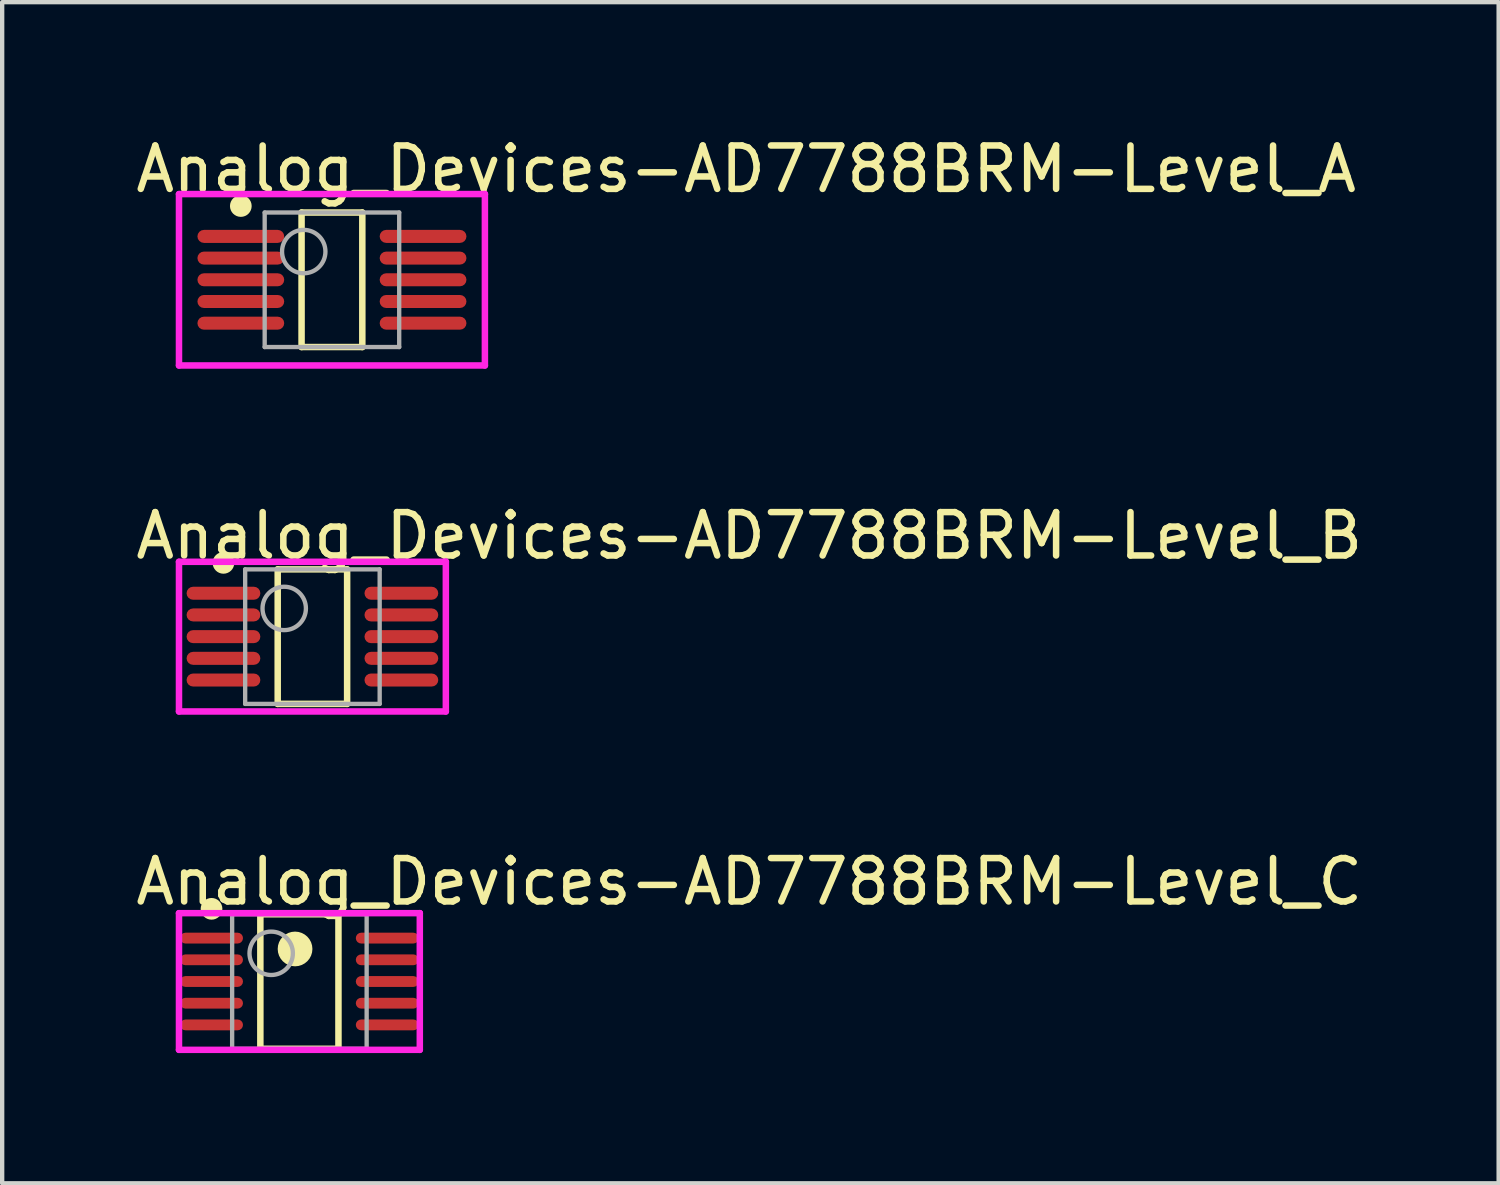
<source format=kicad_pcb>
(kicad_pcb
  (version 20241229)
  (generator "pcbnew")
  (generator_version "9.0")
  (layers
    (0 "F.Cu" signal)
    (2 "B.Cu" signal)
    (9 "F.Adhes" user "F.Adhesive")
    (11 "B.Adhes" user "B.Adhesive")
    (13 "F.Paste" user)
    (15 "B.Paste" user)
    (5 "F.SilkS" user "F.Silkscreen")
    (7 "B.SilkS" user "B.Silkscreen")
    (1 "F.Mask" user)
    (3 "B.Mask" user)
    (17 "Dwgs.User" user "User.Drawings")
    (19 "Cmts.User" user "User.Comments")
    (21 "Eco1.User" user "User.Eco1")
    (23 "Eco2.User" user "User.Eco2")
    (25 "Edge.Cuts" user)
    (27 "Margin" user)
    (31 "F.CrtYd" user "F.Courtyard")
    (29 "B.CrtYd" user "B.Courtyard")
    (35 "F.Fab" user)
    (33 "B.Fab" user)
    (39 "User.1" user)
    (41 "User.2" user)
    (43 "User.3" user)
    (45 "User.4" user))
  (footprint "Analog_Devices-AD7788BRM-Level_C"
    (layer "F.Cu")
    (at 3.85 19.57)
    (property "Reference" "Analog_Devices-AD7788BRM-Level_C" (at -3.85 -2.3 0) (layer "F.SilkS") (effects (font (size 1 1) (thickness 0.15)) (justify left)))
    (attr through_hole)
    (fp_line (start -0.9 -1.55) (end 0.9 -1.55) (stroke (width 0.15) (type solid)) (layer "F.SilkS"))
    (fp_line (start -0.9 1.55) (end -0.9 -1.55) (stroke (width 0.15) (type solid)) (layer "F.SilkS"))
    (fp_line (start -0.9 1.55) (end 0.9 1.55) (stroke (width 0.15) (type solid)) (layer "F.SilkS"))
    (fp_line (start 0.9 1.55) (end 0.9 -1.55) (stroke (width 0.15) (type solid)) (layer "F.SilkS"))
    (fp_circle (center -2.025 -1.675) (end -1.9 -1.675) (stroke (width 0.25) (type solid)) (fill no) (layer "F.SilkS"))
    (fp_circle (center -0.1 -0.75) (end 0.1 -0.75) (stroke (width 0.4) (type solid)) (fill no) (layer "F.SilkS"))
    (fp_line (start -2.775 -1.575) (end -2.775 1.575) (stroke (width 0.15) (type solid)) (layer "F.CrtYd"))
    (fp_line (start -2.775 1.575) (end 2.775 1.575) (stroke (width 0.15) (type solid)) (layer "F.CrtYd"))
    (fp_line (start 2.775 -1.575) (end -2.775 -1.575) (stroke (width 0.15) (type solid)) (layer "F.CrtYd"))
    (fp_line (start 2.775 -1.575) (end 2.775 -1.575) (stroke (width 0.15) (type solid)) (layer "F.CrtYd"))
    (fp_line (start 2.775 1.575) (end 2.775 -1.575) (stroke (width 0.15) (type solid)) (layer "F.CrtYd"))
    (fp_line (start -1.55 -1.55) (end 1.55 -1.55) (stroke (width 0.1) (type solid)) (layer "F.Fab"))
    (fp_line (start -1.55 1.55) (end -1.55 -1.55) (stroke (width 0.1) (type solid)) (layer "F.Fab"))
    (fp_line (start -1.55 1.55) (end 1.55 1.55) (stroke (width 0.1) (type solid)) (layer "F.Fab"))
    (fp_line (start 1.55 1.55) (end 1.55 -1.55) (stroke (width 0.1) (type solid)) (layer "F.Fab"))
    (fp_circle (center -0.65 -0.65) (end -0.15 -0.65) (stroke (width 0.1) (type solid)) (fill no) (layer "F.Fab"))
    (pad "1" smd roundrect (at -2.025 -1 270) (size 0.25 1.45) (layers "F.Cu" "F.Mask" "F.Paste") (roundrect_rratio 0.5))
    (pad "2" smd roundrect (at -2.025 -0.5 270) (size 0.25 1.45) (layers "F.Cu" "F.Mask" "F.Paste") (roundrect_rratio 0.5))
    (pad "3" smd roundrect (at -2.025 -0.000001 270) (size 0.25 1.45) (layers "F.Cu" "F.Mask" "F.Paste") (roundrect_rratio 0.5))
    (pad "4" smd roundrect (at -2.025 0.5 270) (size 0.25 1.45) (layers "F.Cu" "F.Mask" "F.Paste") (roundrect_rratio 0.5))
    (pad "5" smd roundrect (at -2.025 1 270) (size 0.25 1.45) (layers "F.Cu" "F.Mask" "F.Paste") (roundrect_rratio 0.5))
    (pad "6" smd roundrect (at 2.025 1 270) (size 0.25 1.45) (layers "F.Cu" "F.Mask" "F.Paste") (roundrect_rratio 0.5))
    (pad "7" smd roundrect (at 2.025 0.5 270) (size 0.25 1.45) (layers "F.Cu" "F.Mask" "F.Paste") (roundrect_rratio 0.5))
    (pad "8" smd roundrect (at 2.025 -0.000001 270) (size 0.25 1.45) (layers "F.Cu" "F.Mask" "F.Paste") (roundrect_rratio 0.5))
    (pad "9" smd roundrect (at 2.025 -0.5 270) (size 0.25 1.45) (layers "F.Cu" "F.Mask" "F.Paste") (roundrect_rratio 0.5))
    (pad "10" smd roundrect (at 2.025 -1 270) (size 0.25 1.45) (layers "F.Cu" "F.Mask" "F.Paste") (roundrect_rratio 0.5)))
  (footprint "Analog_Devices-AD7788BRM-Level_B"
    (layer "F.Cu")
    (at 4.15 11.622)
    (property "Reference" "Analog_Devices-AD7788BRM-Level_B" (at -4.15 -2.325 0) (layer "F.SilkS") (effects (font (size 1 1) (thickness 0.15)) (justify left)))
    (attr through_hole)
    (fp_line (start -0.8 -1.55) (end 0.8 -1.55) (stroke (width 0.15) (type solid)) (layer "F.SilkS"))
    (fp_line (start -0.8 1.55) (end -0.8 -1.55) (stroke (width 0.15) (type solid)) (layer "F.SilkS"))
    (fp_line (start -0.8 1.55) (end 0.8 1.55) (stroke (width 0.15) (type solid)) (layer "F.SilkS"))
    (fp_line (start 0.8 1.55) (end 0.8 -1.55) (stroke (width 0.15) (type solid)) (layer "F.SilkS"))
    (fp_circle (center -2.05 -1.7) (end -1.925 -1.7) (stroke (width 0.25) (type solid)) (fill no) (layer "F.SilkS"))
    (fp_line (start -3.075 -1.725) (end -3.075 1.725) (stroke (width 0.15) (type solid)) (layer "F.CrtYd"))
    (fp_line (start -3.075 1.725) (end 3.075 1.725) (stroke (width 0.15) (type solid)) (layer "F.CrtYd"))
    (fp_line (start 3.075 -1.725) (end -3.075 -1.725) (stroke (width 0.15) (type solid)) (layer "F.CrtYd"))
    (fp_line (start 3.075 -1.725) (end 3.075 -1.725) (stroke (width 0.15) (type solid)) (layer "F.CrtYd"))
    (fp_line (start 3.075 1.725) (end 3.075 -1.725) (stroke (width 0.15) (type solid)) (layer "F.CrtYd"))
    (fp_line (start -1.55 -1.55) (end 1.55 -1.55) (stroke (width 0.1) (type solid)) (layer "F.Fab"))
    (fp_line (start -1.55 1.55) (end -1.55 -1.55) (stroke (width 0.1) (type solid)) (layer "F.Fab"))
    (fp_line (start -1.55 1.55) (end 1.55 1.55) (stroke (width 0.1) (type solid)) (layer "F.Fab"))
    (fp_line (start 1.55 1.55) (end 1.55 -1.55) (stroke (width 0.1) (type solid)) (layer "F.Fab"))
    (fp_circle (center -0.65 -0.65) (end -0.15 -0.65) (stroke (width 0.1) (type solid)) (fill no) (layer "F.Fab"))
    (pad "1" smd roundrect (at -2.05 -1 270) (size 0.3 1.7) (layers "F.Cu" "F.Mask" "F.Paste") (roundrect_rratio 0.5))
    (pad "2" smd roundrect (at -2.05 -0.5 270) (size 0.3 1.7) (layers "F.Cu" "F.Mask" "F.Paste") (roundrect_rratio 0.5))
    (pad "3" smd roundrect (at -2.05 -0.000001 270) (size 0.3 1.7) (layers "F.Cu" "F.Mask" "F.Paste") (roundrect_rratio 0.5))
    (pad "4" smd roundrect (at -2.05 0.5 270) (size 0.3 1.7) (layers "F.Cu" "F.Mask" "F.Paste") (roundrect_rratio 0.5))
    (pad "5" smd roundrect (at -2.05 1 270) (size 0.3 1.7) (layers "F.Cu" "F.Mask" "F.Paste") (roundrect_rratio 0.5))
    (pad "6" smd roundrect (at 2.05 1 270) (size 0.3 1.7) (layers "F.Cu" "F.Mask" "F.Paste") (roundrect_rratio 0.5))
    (pad "7" smd roundrect (at 2.05 0.5 270) (size 0.3 1.7) (layers "F.Cu" "F.Mask" "F.Paste") (roundrect_rratio 0.5))
    (pad "8" smd roundrect (at 2.05 -0.000001 270) (size 0.3 1.7) (layers "F.Cu" "F.Mask" "F.Paste") (roundrect_rratio 0.5))
    (pad "9" smd roundrect (at 2.05 -0.5 270) (size 0.3 1.7) (layers "F.Cu" "F.Mask" "F.Paste") (roundrect_rratio 0.5))
    (pad "10" smd roundrect (at 2.05 -1 270) (size 0.3 1.7) (layers "F.Cu" "F.Mask" "F.Paste") (roundrect_rratio 0.5)))
  (footprint "Analog_Devices-AD7788BRM-Level_A"
    (layer "F.Cu")
    (at 4.6 3.398)
    (property "Reference" "Analog_Devices-AD7788BRM-Level_A" (at -4.6 -2.55 0) (layer "F.SilkS") (effects (font (size 1 1) (thickness 0.15)) (justify left)))
    (attr through_hole)
    (fp_line (start -0.7 -1.55) (end 0.7 -1.55) (stroke (width 0.15) (type solid)) (layer "F.SilkS"))
    (fp_line (start -0.7 1.55) (end -0.7 -1.55) (stroke (width 0.15) (type solid)) (layer "F.SilkS"))
    (fp_line (start -0.7 1.55) (end 0.7 1.55) (stroke (width 0.15) (type solid)) (layer "F.SilkS"))
    (fp_line (start 0.7 1.55) (end 0.7 -1.55) (stroke (width 0.15) (type solid)) (layer "F.SilkS"))
    (fp_circle (center -2.1 -1.7) (end -1.975 -1.7) (stroke (width 0.25) (type solid)) (fill no) (layer "F.SilkS"))
    (fp_line (start -3.525 -1.975) (end -3.525 1.975) (stroke (width 0.15) (type solid)) (layer "F.CrtYd"))
    (fp_line (start -3.525 1.975) (end 3.525 1.975) (stroke (width 0.15) (type solid)) (layer "F.CrtYd"))
    (fp_line (start 3.525 -1.975) (end -3.525 -1.975) (stroke (width 0.15) (type solid)) (layer "F.CrtYd"))
    (fp_line (start 3.525 -1.975) (end 3.525 -1.975) (stroke (width 0.15) (type solid)) (layer "F.CrtYd"))
    (fp_line (start 3.525 1.975) (end 3.525 -1.975) (stroke (width 0.15) (type solid)) (layer "F.CrtYd"))
    (fp_line (start -1.55 -1.55) (end 1.55 -1.55) (stroke (width 0.1) (type solid)) (layer "F.Fab"))
    (fp_line (start -1.55 1.55) (end -1.55 -1.55) (stroke (width 0.1) (type solid)) (layer "F.Fab"))
    (fp_line (start -1.55 1.55) (end 1.55 1.55) (stroke (width 0.1) (type solid)) (layer "F.Fab"))
    (fp_line (start 1.55 1.55) (end 1.55 -1.55) (stroke (width 0.1) (type solid)) (layer "F.Fab"))
    (fp_circle (center -0.65 -0.65) (end -0.15 -0.65) (stroke (width 0.1) (type solid)) (fill no) (layer "F.Fab"))
    (pad "1" smd roundrect (at -2.1 -1 270) (size 0.3 2) (layers "F.Cu" "F.Mask" "F.Paste") (roundrect_rratio 0.5))
    (pad "2" smd roundrect (at -2.1 -0.5 270) (size 0.3 2) (layers "F.Cu" "F.Mask" "F.Paste") (roundrect_rratio 0.5))
    (pad "3" smd roundrect (at -2.1 -0.000001 270) (size 0.3 2) (layers "F.Cu" "F.Mask" "F.Paste") (roundrect_rratio 0.5))
    (pad "4" smd roundrect (at -2.1 0.5 270) (size 0.3 2) (layers "F.Cu" "F.Mask" "F.Paste") (roundrect_rratio 0.5))
    (pad "5" smd roundrect (at -2.1 1 270) (size 0.3 2) (layers "F.Cu" "F.Mask" "F.Paste") (roundrect_rratio 0.5))
    (pad "6" smd roundrect (at 2.1 1 270) (size 0.3 2) (layers "F.Cu" "F.Mask" "F.Paste") (roundrect_rratio 0.5))
    (pad "7" smd roundrect (at 2.1 0.5 270) (size 0.3 2) (layers "F.Cu" "F.Mask" "F.Paste") (roundrect_rratio 0.5))
    (pad "8" smd roundrect (at 2.1 -0.000001 270) (size 0.3 2) (layers "F.Cu" "F.Mask" "F.Paste") (roundrect_rratio 0.5))
    (pad "9" smd roundrect (at 2.1 -0.5 270) (size 0.3 2) (layers "F.Cu" "F.Mask" "F.Paste") (roundrect_rratio 0.5))
    (pad "10" smd roundrect (at 2.1 -1 270) (size 0.3 2) (layers "F.Cu" "F.Mask" "F.Paste") (roundrect_rratio 0.5)))
  (gr_rect
    (start -3 -3)
    (end 31.488 24.22)
    (stroke (width 0.1) (type default))
    (fill no)
    (layer "Edge.Cuts")))
</source>
